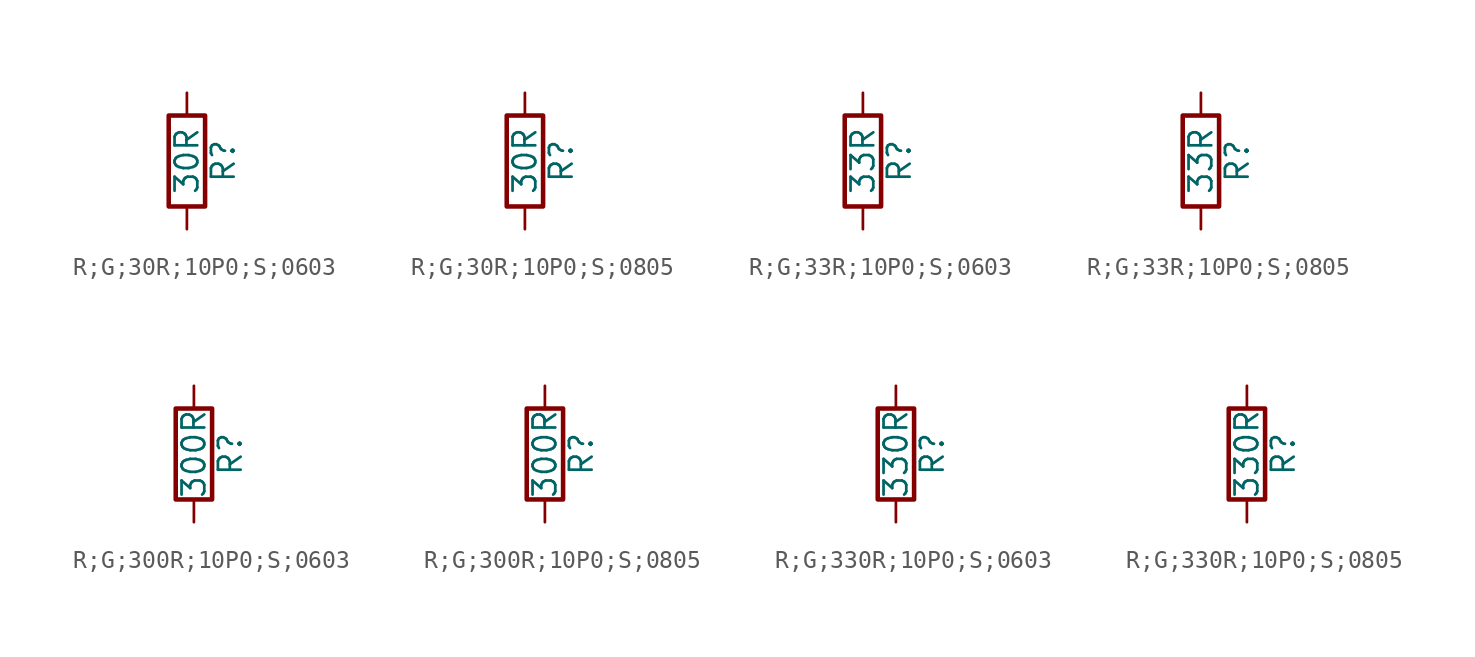
<source format=kicad_sym>
(kicad_symbol_lib
  (version 20231120)
  (generator "kicad_symbol_editor")
  (generator_version "8.0")
  (symbol "R;G;30R;10P0;S;0603"
    (pin_numbers hide)
    (pin_names
      (offset 0))
    (property "Reference" "R"
      (at 2.032 0 90)
      (effects (font (size 1.27 1.27))))
    (property "Value" "30R"
      (at 0 0 90)
      (effects (font (size 1.27 1.27))))
    (symbol "R;G;30R;10P0;S;0603_0_1"
      (rectangle (start -1.016 -2.54) (end 1.016 2.54) (stroke (width 0.254) (type default)) (fill (type none))))
    (symbol "R;G;30R;10P0;S;0603_1_1"
      (pin passive line (at 0 3.81 270) (length 1.27) (name "~" (effects (font (size 1.27 1.27)))) (number "1" (effects (font (size 1.27 1.27)))))
      (pin passive line (at 0 -3.81 90) (length 1.27) (name "~" (effects (font (size 1.27 1.27)))) (number "2" (effects (font (size 1.27 1.27)))))))
  (symbol "R;G;30R;10P0;S;0805"
    (pin_numbers hide)
    (pin_names
      (offset 0))
    (property "Reference" "R"
      (at 2.032 0 90)
      (effects (font (size 1.27 1.27))))
    (property "Value" "30R"
      (at 0 0 90)
      (effects (font (size 1.27 1.27))))
    (symbol "R;G;30R;10P0;S;0805_0_1"
      (rectangle (start -1.016 -2.54) (end 1.016 2.54) (stroke (width 0.254) (type default)) (fill (type none))))
    (symbol "R;G;30R;10P0;S;0805_1_1"
      (pin passive line (at 0 3.81 270) (length 1.27) (name "~" (effects (font (size 1.27 1.27)))) (number "1" (effects (font (size 1.27 1.27)))))
      (pin passive line (at 0 -3.81 90) (length 1.27) (name "~" (effects (font (size 1.27 1.27)))) (number "2" (effects (font (size 1.27 1.27)))))))
  (symbol "R;G;33R;10P0;S;0603"
    (pin_numbers hide)
    (pin_names
      (offset 0))
    (property "Reference" "R"
      (at 2.032 0 90)
      (effects (font (size 1.27 1.27))))
    (property "Value" "33R"
      (at 0 0 90)
      (effects (font (size 1.27 1.27))))
    (symbol "R;G;33R;10P0;S;0603_0_1"
      (rectangle (start -1.016 -2.54) (end 1.016 2.54) (stroke (width 0.254) (type default)) (fill (type none))))
    (symbol "R;G;33R;10P0;S;0603_1_1"
      (pin passive line (at 0 3.81 270) (length 1.27) (name "~" (effects (font (size 1.27 1.27)))) (number "1" (effects (font (size 1.27 1.27)))))
      (pin passive line (at 0 -3.81 90) (length 1.27) (name "~" (effects (font (size 1.27 1.27)))) (number "2" (effects (font (size 1.27 1.27)))))))
  (symbol "R;G;33R;10P0;S;0805"
    (pin_numbers hide)
    (pin_names
      (offset 0))
    (property "Reference" "R"
      (at 2.032 0 90)
      (effects (font (size 1.27 1.27))))
    (property "Value" "33R"
      (at 0 0 90)
      (effects (font (size 1.27 1.27))))
    (symbol "R;G;33R;10P0;S;0805_0_1"
      (rectangle (start -1.016 -2.54) (end 1.016 2.54) (stroke (width 0.254) (type default)) (fill (type none))))
    (symbol "R;G;33R;10P0;S;0805_1_1"
      (pin passive line (at 0 3.81 270) (length 1.27) (name "~" (effects (font (size 1.27 1.27)))) (number "1" (effects (font (size 1.27 1.27)))))
      (pin passive line (at 0 -3.81 90) (length 1.27) (name "~" (effects (font (size 1.27 1.27)))) (number "2" (effects (font (size 1.27 1.27)))))))
  (symbol "R;G;300R;10P0;S;0603"
    (pin_numbers hide)
    (pin_names
      (offset 0))
    (property "Reference" "R"
      (at 2.032 0 90)
      (effects (font (size 1.27 1.27))))
    (property "Value" "300R"
      (at 0 0 90)
      (effects (font (size 1.27 1.27))))
    (symbol "R;G;300R;10P0;S;0603_0_1"
      (rectangle (start -1.016 -2.54) (end 1.016 2.54) (stroke (width 0.254) (type default)) (fill (type none))))
    (symbol "R;G;300R;10P0;S;0603_1_1"
      (pin passive line (at 0 3.81 270) (length 1.27) (name "~" (effects (font (size 1.27 1.27)))) (number "1" (effects (font (size 1.27 1.27)))))
      (pin passive line (at 0 -3.81 90) (length 1.27) (name "~" (effects (font (size 1.27 1.27)))) (number "2" (effects (font (size 1.27 1.27)))))))
  (symbol "R;G;300R;10P0;S;0805"
    (pin_numbers hide)
    (pin_names
      (offset 0))
    (property "Reference" "R"
      (at 2.032 0 90)
      (effects (font (size 1.27 1.27))))
    (property "Value" "300R"
      (at 0 0 90)
      (effects (font (size 1.27 1.27))))
    (symbol "R;G;300R;10P0;S;0805_0_1"
      (rectangle (start -1.016 -2.54) (end 1.016 2.54) (stroke (width 0.254) (type default)) (fill (type none))))
    (symbol "R;G;300R;10P0;S;0805_1_1"
      (pin passive line (at 0 3.81 270) (length 1.27) (name "~" (effects (font (size 1.27 1.27)))) (number "1" (effects (font (size 1.27 1.27)))))
      (pin passive line (at 0 -3.81 90) (length 1.27) (name "~" (effects (font (size 1.27 1.27)))) (number "2" (effects (font (size 1.27 1.27)))))))
  (symbol "R;G;330R;10P0;S;0603"
    (pin_numbers hide)
    (pin_names
      (offset 0))
    (property "Reference" "R"
      (at 2.032 0 90)
      (effects (font (size 1.27 1.27))))
    (property "Value" "330R"
      (at 0 0 90)
      (effects (font (size 1.27 1.27))))
    (symbol "R;G;330R;10P0;S;0603_0_1"
      (rectangle (start -1.016 -2.54) (end 1.016 2.54) (stroke (width 0.254) (type default)) (fill (type none))))
    (symbol "R;G;330R;10P0;S;0603_1_1"
      (pin passive line (at 0 3.81 270) (length 1.27) (name "~" (effects (font (size 1.27 1.27)))) (number "1" (effects (font (size 1.27 1.27)))))
      (pin passive line (at 0 -3.81 90) (length 1.27) (name "~" (effects (font (size 1.27 1.27)))) (number "2" (effects (font (size 1.27 1.27)))))))
  (symbol "R;G;330R;10P0;S;0805"
    (pin_numbers hide)
    (pin_names
      (offset 0))
    (property "Reference" "R"
      (at 2.032 0 90)
      (effects (font (size 1.27 1.27))))
    (property "Value" "330R"
      (at 0 0 90)
      (effects (font (size 1.27 1.27))))
    (symbol "R;G;330R;10P0;S;0805_0_1"
      (rectangle (start -1.016 -2.54) (end 1.016 2.54) (stroke (width 0.254) (type default)) (fill (type none))))
    (symbol "R;G;330R;10P0;S;0805_1_1"
      (pin passive line (at 0 3.81 270) (length 1.27) (name "~" (effects (font (size 1.27 1.27)))) (number "1" (effects (font (size 1.27 1.27)))))
      (pin passive line (at 0 -3.81 90) (length 1.27) (name "~" (effects (font (size 1.27 1.27)))) (number "2" (effects (font (size 1.27 1.27))))))))
</source>
